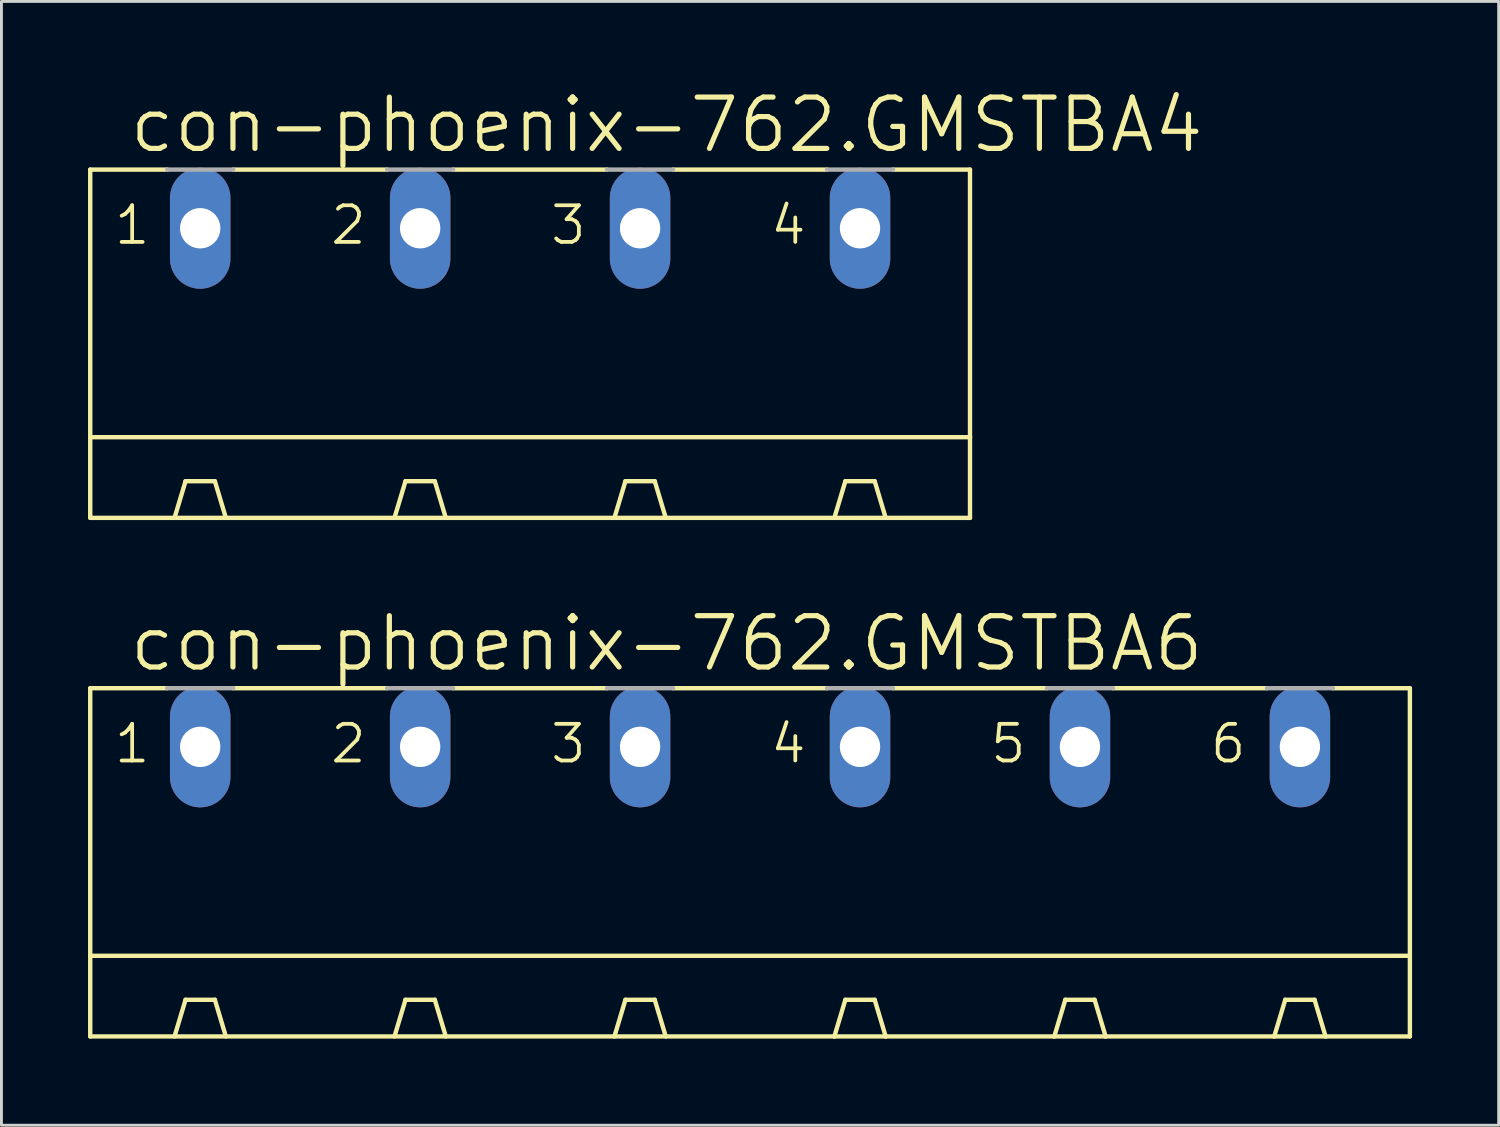
<source format=kicad_pcb>
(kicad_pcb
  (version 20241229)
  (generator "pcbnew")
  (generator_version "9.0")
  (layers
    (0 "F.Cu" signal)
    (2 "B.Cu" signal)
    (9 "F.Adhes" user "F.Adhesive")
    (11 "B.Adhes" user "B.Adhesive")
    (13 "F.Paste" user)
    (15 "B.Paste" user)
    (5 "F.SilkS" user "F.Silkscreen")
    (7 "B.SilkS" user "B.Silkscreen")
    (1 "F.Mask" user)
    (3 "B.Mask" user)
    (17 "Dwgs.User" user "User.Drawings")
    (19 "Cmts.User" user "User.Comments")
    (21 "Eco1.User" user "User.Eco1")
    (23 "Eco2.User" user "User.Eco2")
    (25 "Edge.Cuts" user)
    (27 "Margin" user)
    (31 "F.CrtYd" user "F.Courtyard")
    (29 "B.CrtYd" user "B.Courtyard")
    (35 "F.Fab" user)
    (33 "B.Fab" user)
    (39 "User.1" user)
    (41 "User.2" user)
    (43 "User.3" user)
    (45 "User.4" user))
  (footprint "con-phoenix-762.GMSTBA4"
    (layer "F.Cu")
    (at 15.316 9.938)
    (property "Reference" "con-phoenix-762.GMSTBA4" (at -13.97 -7.62 0) (layer "F.SilkS") (effects (font (size 1.778 1.778) (thickness 0.18)) (justify left bottom)))
    (attr through_hole)
    (fp_line (start -15.24 -7.112) (end -15.24 2.159) (stroke (width 0.152) (type default)) (layer "F.SilkS"))
    (fp_line (start -15.24 -7.112) (end -12.573 -7.112) (stroke (width 0.152) (type default)) (layer "F.SilkS"))
    (fp_line (start -15.24 2.159) (end -15.24 4.953) (stroke (width 0.152) (type default)) (layer "F.SilkS"))
    (fp_line (start -15.24 2.159) (end 15.24 2.159) (stroke (width 0.152) (type default)) (layer "F.SilkS"))
    (fp_line (start -12.319 4.953) (end -11.938 3.683) (stroke (width 0.152) (type default)) (layer "F.SilkS"))
    (fp_line (start -10.922 3.683) (end -11.938 3.683) (stroke (width 0.152) (type default)) (layer "F.SilkS"))
    (fp_line (start -10.541 4.953) (end -10.922 3.683) (stroke (width 0.152) (type default)) (layer "F.SilkS"))
    (fp_line (start -10.287 -7.112) (end -4.953 -7.112) (stroke (width 0.152) (type default)) (layer "F.SilkS"))
    (fp_line (start -4.699 4.953) (end -4.318 3.683) (stroke (width 0.152) (type default)) (layer "F.SilkS"))
    (fp_line (start -4.318 3.683) (end -3.302 3.683) (stroke (width 0.152) (type default)) (layer "F.SilkS"))
    (fp_line (start -2.921 4.953) (end -3.302 3.683) (stroke (width 0.152) (type default)) (layer "F.SilkS"))
    (fp_line (start -2.667 -7.112) (end 2.667 -7.112) (stroke (width 0.152) (type default)) (layer "F.SilkS"))
    (fp_line (start 2.921 4.953) (end 3.302 3.683) (stroke (width 0.152) (type default)) (layer "F.SilkS"))
    (fp_line (start 3.302 3.683) (end 4.318 3.683) (stroke (width 0.152) (type default)) (layer "F.SilkS"))
    (fp_line (start 4.699 4.953) (end 4.318 3.683) (stroke (width 0.152) (type default)) (layer "F.SilkS"))
    (fp_line (start 4.953 -7.112) (end 10.287 -7.112) (stroke (width 0.152) (type default)) (layer "F.SilkS"))
    (fp_line (start 10.541 4.953) (end -15.24 4.953) (stroke (width 0.152) (type default)) (layer "F.SilkS"))
    (fp_line (start 10.541 4.953) (end 10.922 3.683) (stroke (width 0.152) (type default)) (layer "F.SilkS"))
    (fp_line (start 10.922 3.683) (end 11.938 3.683) (stroke (width 0.152) (type default)) (layer "F.SilkS"))
    (fp_line (start 12.319 4.953) (end 10.541 4.953) (stroke (width 0.152) (type default)) (layer "F.SilkS"))
    (fp_line (start 12.319 4.953) (end 11.938 3.683) (stroke (width 0.152) (type default)) (layer "F.SilkS"))
    (fp_line (start 12.573 -7.112) (end 15.24 -7.112) (stroke (width 0.152) (type default)) (layer "F.SilkS"))
    (fp_line (start 15.24 -7.112) (end 15.24 2.159) (stroke (width 0.152) (type default)) (layer "F.SilkS"))
    (fp_line (start 15.24 2.159) (end 15.24 4.953) (stroke (width 0.152) (type default)) (layer "F.SilkS"))
    (fp_line (start 15.24 4.953) (end 12.319 4.953) (stroke (width 0.152) (type default)) (layer "F.SilkS"))
    (fp_line (start -12.573 -7.112) (end -10.287 -7.112) (stroke (width 0.152) (type default)) (layer "F.Fab"))
    (fp_line (start -4.953 -7.112) (end -2.667 -7.112) (stroke (width 0.152) (type default)) (layer "F.Fab"))
    (fp_line (start 2.667 -7.112) (end 4.953 -7.112) (stroke (width 0.152) (type default)) (layer "F.Fab"))
    (fp_line (start 10.287 -7.112) (end 12.573 -7.112) (stroke (width 0.152) (type default)) (layer "F.Fab"))
    (fp_text user "3" (at 0.635 -4.445 0) (layer "F.SilkS") (effects (font (size 1.27 1.27) (thickness 0.13)) (justify left bottom)))
    (fp_text user "4" (at 8.255 -4.445 0) (layer "F.SilkS") (effects (font (size 1.27 1.27) (thickness 0.13)) (justify left bottom)))
    (fp_text user "1" (at -14.478 -4.445 0) (layer "F.SilkS") (effects (font (size 1.27 1.27) (thickness 0.13)) (justify left bottom)))
    (fp_text user "2" (at -6.985 -4.445 0) (layer "F.SilkS") (effects (font (size 1.27 1.27) (thickness 0.13)) (justify left bottom)))
    (pad "1" thru_hole oval (at -11.43 -5.08 90) (size 4.191 2.095) (drill 1.397) (layers "*.Cu" "*.Mask"))
    (pad "2" thru_hole oval (at -3.81 -5.08 90) (size 4.191 2.095) (drill 1.397) (layers "*.Cu" "*.Mask"))
    (pad "3" thru_hole oval (at 3.81 -5.08 90) (size 4.191 2.095) (drill 1.397) (layers "*.Cu" "*.Mask"))
    (pad "4" thru_hole oval (at 11.43 -5.08 90) (size 4.191 2.095) (drill 1.397) (layers "*.Cu" "*.Mask")))
  (footprint "con-phoenix-762.GMSTBA6"
    (layer "F.Cu")
    (at 22.936 27.905)
    (property "Reference" "con-phoenix-762.GMSTBA6" (at -21.59 -7.62 0) (layer "F.SilkS") (effects (font (size 1.778 1.778) (thickness 0.18)) (justify left bottom)))
    (attr through_hole)
    (fp_line (start -22.86 -7.112) (end -22.86 2.159) (stroke (width 0.152) (type default)) (layer "F.SilkS"))
    (fp_line (start -22.86 -7.112) (end -20.193 -7.112) (stroke (width 0.152) (type default)) (layer "F.SilkS"))
    (fp_line (start -22.86 2.159) (end -22.86 4.953) (stroke (width 0.152) (type default)) (layer "F.SilkS"))
    (fp_line (start -22.86 2.159) (end 22.86 2.159) (stroke (width 0.152) (type default)) (layer "F.SilkS"))
    (fp_line (start -19.939 4.953) (end -19.558 3.683) (stroke (width 0.152) (type default)) (layer "F.SilkS"))
    (fp_line (start -18.542 3.683) (end -19.558 3.683) (stroke (width 0.152) (type default)) (layer "F.SilkS"))
    (fp_line (start -18.161 4.953) (end -18.542 3.683) (stroke (width 0.152) (type default)) (layer "F.SilkS"))
    (fp_line (start -17.907 -7.112) (end -12.573 -7.112) (stroke (width 0.152) (type default)) (layer "F.SilkS"))
    (fp_line (start -12.319 4.953) (end -11.938 3.683) (stroke (width 0.152) (type default)) (layer "F.SilkS"))
    (fp_line (start -11.938 3.683) (end -10.922 3.683) (stroke (width 0.152) (type default)) (layer "F.SilkS"))
    (fp_line (start -10.541 4.953) (end -10.922 3.683) (stroke (width 0.152) (type default)) (layer "F.SilkS"))
    (fp_line (start -10.287 -7.112) (end -4.953 -7.112) (stroke (width 0.152) (type default)) (layer "F.SilkS"))
    (fp_line (start -4.699 4.953) (end -4.318 3.683) (stroke (width 0.152) (type default)) (layer "F.SilkS"))
    (fp_line (start -4.318 3.683) (end -3.302 3.683) (stroke (width 0.152) (type default)) (layer "F.SilkS"))
    (fp_line (start -2.921 4.953) (end -3.302 3.683) (stroke (width 0.152) (type default)) (layer "F.SilkS"))
    (fp_line (start -2.667 -7.112) (end 2.667 -7.112) (stroke (width 0.152) (type default)) (layer "F.SilkS"))
    (fp_line (start 2.921 4.953) (end -22.86 4.953) (stroke (width 0.152) (type default)) (layer "F.SilkS"))
    (fp_line (start 2.921 4.953) (end 3.302 3.683) (stroke (width 0.152) (type default)) (layer "F.SilkS"))
    (fp_line (start 3.302 3.683) (end 4.318 3.683) (stroke (width 0.152) (type default)) (layer "F.SilkS"))
    (fp_line (start 4.699 4.953) (end 2.921 4.953) (stroke (width 0.152) (type default)) (layer "F.SilkS"))
    (fp_line (start 4.699 4.953) (end 4.318 3.683) (stroke (width 0.152) (type default)) (layer "F.SilkS"))
    (fp_line (start 4.953 -7.112) (end 10.287 -7.112) (stroke (width 0.152) (type default)) (layer "F.SilkS"))
    (fp_line (start 10.541 4.953) (end 4.699 4.953) (stroke (width 0.152) (type default)) (layer "F.SilkS"))
    (fp_line (start 10.541 4.953) (end 10.922 3.683) (stroke (width 0.152) (type default)) (layer "F.SilkS"))
    (fp_line (start 10.922 3.683) (end 11.938 3.683) (stroke (width 0.152) (type default)) (layer "F.SilkS"))
    (fp_line (start 12.319 4.953) (end 10.541 4.953) (stroke (width 0.152) (type default)) (layer "F.SilkS"))
    (fp_line (start 12.319 4.953) (end 11.938 3.683) (stroke (width 0.152) (type default)) (layer "F.SilkS"))
    (fp_line (start 12.573 -7.112) (end 17.907 -7.112) (stroke (width 0.152) (type default)) (layer "F.SilkS"))
    (fp_line (start 18.161 4.953) (end 12.319 4.953) (stroke (width 0.152) (type default)) (layer "F.SilkS"))
    (fp_line (start 18.161 4.953) (end 18.542 3.683) (stroke (width 0.152) (type default)) (layer "F.SilkS"))
    (fp_line (start 18.542 3.683) (end 19.558 3.683) (stroke (width 0.152) (type default)) (layer "F.SilkS"))
    (fp_line (start 19.939 4.953) (end 18.161 4.953) (stroke (width 0.152) (type default)) (layer "F.SilkS"))
    (fp_line (start 19.939 4.953) (end 19.558 3.683) (stroke (width 0.152) (type default)) (layer "F.SilkS"))
    (fp_line (start 20.193 -7.112) (end 22.86 -7.112) (stroke (width 0.152) (type default)) (layer "F.SilkS"))
    (fp_line (start 22.86 -7.112) (end 22.86 2.159) (stroke (width 0.152) (type default)) (layer "F.SilkS"))
    (fp_line (start 22.86 2.159) (end 22.86 4.953) (stroke (width 0.152) (type default)) (layer "F.SilkS"))
    (fp_line (start 22.86 4.953) (end 19.939 4.953) (stroke (width 0.152) (type default)) (layer "F.SilkS"))
    (fp_line (start -20.193 -7.112) (end -17.907 -7.112) (stroke (width 0.152) (type default)) (layer "F.Fab"))
    (fp_line (start -12.573 -7.112) (end -10.287 -7.112) (stroke (width 0.152) (type default)) (layer "F.Fab"))
    (fp_line (start -4.953 -7.112) (end -2.667 -7.112) (stroke (width 0.152) (type default)) (layer "F.Fab"))
    (fp_line (start 2.667 -7.112) (end 4.953 -7.112) (stroke (width 0.152) (type default)) (layer "F.Fab"))
    (fp_line (start 10.287 -7.112) (end 12.573 -7.112) (stroke (width 0.152) (type default)) (layer "F.Fab"))
    (fp_line (start 17.907 -7.112) (end 20.193 -7.112) (stroke (width 0.152) (type default)) (layer "F.Fab"))
    (fp_text user "5" (at 8.255 -4.445 0) (layer "F.SilkS") (effects (font (size 1.27 1.27) (thickness 0.13)) (justify left bottom)))
    (fp_text user "6" (at 15.875 -4.445 0) (layer "F.SilkS") (effects (font (size 1.27 1.27) (thickness 0.13)) (justify left bottom)))
    (fp_text user "4" (at 0.635 -4.445 0) (layer "F.SilkS") (effects (font (size 1.27 1.27) (thickness 0.13)) (justify left bottom)))
    (fp_text user "3" (at -6.985 -4.445 0) (layer "F.SilkS") (effects (font (size 1.27 1.27) (thickness 0.13)) (justify left bottom)))
    (fp_text user "2" (at -14.605 -4.445 0) (layer "F.SilkS") (effects (font (size 1.27 1.27) (thickness 0.13)) (justify left bottom)))
    (fp_text user "1" (at -22.098 -4.445 0) (layer "F.SilkS") (effects (font (size 1.27 1.27) (thickness 0.13)) (justify left bottom)))
    (pad "1" thru_hole oval (at -19.05 -5.08 90) (size 4.191 2.095) (drill 1.397) (layers "*.Cu" "*.Mask"))
    (pad "2" thru_hole oval (at -11.43 -5.08 90) (size 4.191 2.095) (drill 1.397) (layers "*.Cu" "*.Mask"))
    (pad "3" thru_hole oval (at -3.81 -5.08 90) (size 4.191 2.095) (drill 1.397) (layers "*.Cu" "*.Mask"))
    (pad "4" thru_hole oval (at 3.81 -5.08 90) (size 4.191 2.095) (drill 1.397) (layers "*.Cu" "*.Mask"))
    (pad "5" thru_hole oval (at 11.43 -5.08 90) (size 4.191 2.095) (drill 1.397) (layers "*.Cu" "*.Mask"))
    (pad "6" thru_hole oval (at 19.05 -5.08 90) (size 4.191 2.095) (drill 1.397) (layers "*.Cu" "*.Mask")))
  (gr_rect
    (start -3 -3)
    (end 48.872 35.934)
    (stroke (width 0.1) (type default))
    (fill no)
    (layer "Edge.Cuts")))
</source>
